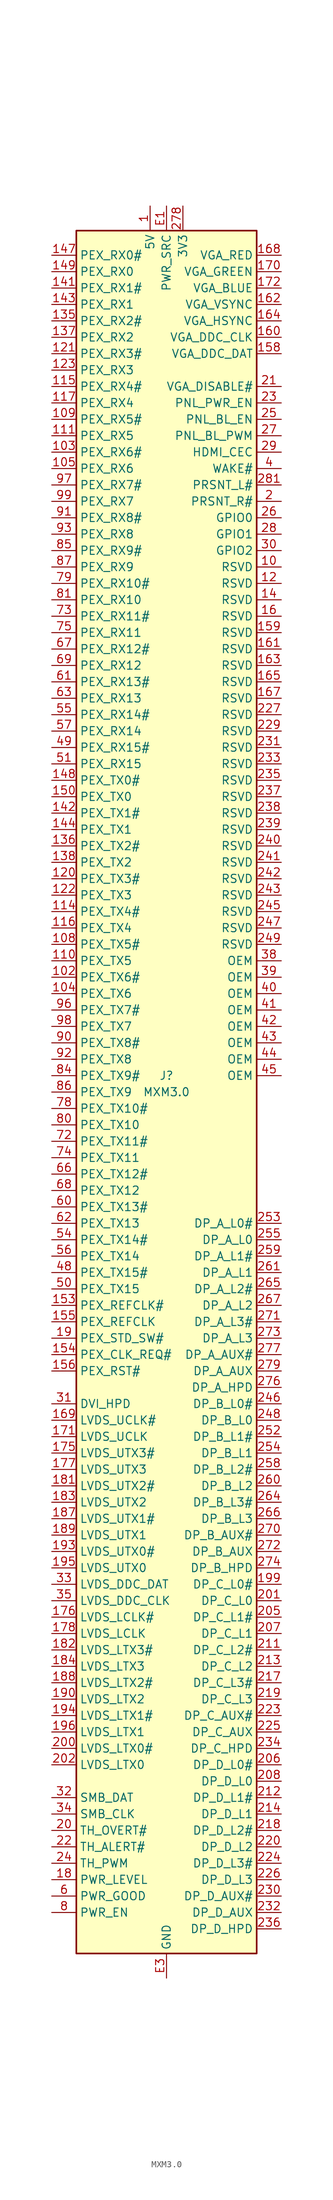
<source format=kicad_sym>
(kicad_symbol_lib
  (version 20201005)
  (generator kicad_symbol_editor)
  (symbol "Connector:MXM3.0"
    (property "Reference" "J"
      (at 0 2.54 0)
      (effects (font (size 1.27 1.27))))
    (property "Value" "MXM3.0"
      (at 0 0 0)
      (effects (font (size 1.27 1.27))))
    (symbol "MXM3.0_1_1"
      (rectangle (start -13.97 133.35) (end 13.97 -133.35) (stroke (width 0.254)) (fill (type background)))
      (pin power_in line (at -2.54 137.16 270) (length 3.81) (name "5V" (effects (font (size 1.27 1.27)))) (number "1" (effects (font (size 1.27 1.27)))))
      (pin bidirectional line (at 17.78 81.28 180) (length 3.81) (name "RSVD" (effects (font (size 1.27 1.27)))) (number "10" (effects (font (size 1.27 1.27)))))
      (pin passive line (at 0 -137.16 90) (length 3.81) hide (name "GND" (effects (font (size 1.27 1.27)))) (number "100" (effects (font (size 1.27 1.27)))))
      (pin passive line (at 0 -137.16 90) (length 3.81) hide (name "GND" (effects (font (size 1.27 1.27)))) (number "101" (effects (font (size 1.27 1.27)))))
      (pin input line (at -17.78 17.78 0) (length 3.81) (name "PEX_TX6#" (effects (font (size 1.27 1.27)))) (number "102" (effects (font (size 1.27 1.27)))))
      (pin output line (at -17.78 99.06 0) (length 3.81) (name "PEX_RX6#" (effects (font (size 1.27 1.27)))) (number "103" (effects (font (size 1.27 1.27)))))
      (pin input line (at -17.78 15.24 0) (length 3.81) (name "PEX_TX6" (effects (font (size 1.27 1.27)))) (number "104" (effects (font (size 1.27 1.27)))))
      (pin output line (at -17.78 96.52 0) (length 3.81) (name "PEX_RX6" (effects (font (size 1.27 1.27)))) (number "105" (effects (font (size 1.27 1.27)))))
      (pin passive line (at 0 -137.16 90) (length 3.81) hide (name "GND" (effects (font (size 1.27 1.27)))) (number "106" (effects (font (size 1.27 1.27)))))
      (pin passive line (at 0 -137.16 90) (length 3.81) hide (name "GND" (effects (font (size 1.27 1.27)))) (number "107" (effects (font (size 1.27 1.27)))))
      (pin input line (at -17.78 22.86 0) (length 3.81) (name "PEX_TX5#" (effects (font (size 1.27 1.27)))) (number "108" (effects (font (size 1.27 1.27)))))
      (pin output line (at -17.78 104.14 0) (length 3.81) (name "PEX_RX5#" (effects (font (size 1.27 1.27)))) (number "109" (effects (font (size 1.27 1.27)))))
      (pin passive line (at 0 -137.16 90) (length 3.81) hide (name "GND" (effects (font (size 1.27 1.27)))) (number "11" (effects (font (size 1.27 1.27)))))
      (pin input line (at -17.78 20.32 0) (length 3.81) (name "PEX_TX5" (effects (font (size 1.27 1.27)))) (number "110" (effects (font (size 1.27 1.27)))))
      (pin output line (at -17.78 101.6 0) (length 3.81) (name "PEX_RX5" (effects (font (size 1.27 1.27)))) (number "111" (effects (font (size 1.27 1.27)))))
      (pin passive line (at 0 -137.16 90) (length 3.81) hide (name "GND" (effects (font (size 1.27 1.27)))) (number "112" (effects (font (size 1.27 1.27)))))
      (pin passive line (at 0 -137.16 90) (length 3.81) hide (name "GND" (effects (font (size 1.27 1.27)))) (number "113" (effects (font (size 1.27 1.27)))))
      (pin input line (at -17.78 27.94 0) (length 3.81) (name "PEX_TX4#" (effects (font (size 1.27 1.27)))) (number "114" (effects (font (size 1.27 1.27)))))
      (pin output line (at -17.78 109.22 0) (length 3.81) (name "PEX_RX4#" (effects (font (size 1.27 1.27)))) (number "115" (effects (font (size 1.27 1.27)))))
      (pin input line (at -17.78 25.4 0) (length 3.81) (name "PEX_TX4" (effects (font (size 1.27 1.27)))) (number "116" (effects (font (size 1.27 1.27)))))
      (pin output line (at -17.78 106.68 0) (length 3.81) (name "PEX_RX4" (effects (font (size 1.27 1.27)))) (number "117" (effects (font (size 1.27 1.27)))))
      (pin passive line (at 0 -137.16 90) (length 3.81) hide (name "GND" (effects (font (size 1.27 1.27)))) (number "118" (effects (font (size 1.27 1.27)))))
      (pin passive line (at 0 -137.16 90) (length 3.81) hide (name "GND" (effects (font (size 1.27 1.27)))) (number "119" (effects (font (size 1.27 1.27)))))
      (pin bidirectional line (at 17.78 78.74 180) (length 3.81) (name "RSVD" (effects (font (size 1.27 1.27)))) (number "12" (effects (font (size 1.27 1.27)))))
      (pin input line (at -17.78 33.02 0) (length 3.81) (name "PEX_TX3#" (effects (font (size 1.27 1.27)))) (number "120" (effects (font (size 1.27 1.27)))))
      (pin output line (at -17.78 114.3 0) (length 3.81) (name "PEX_RX3#" (effects (font (size 1.27 1.27)))) (number "121" (effects (font (size 1.27 1.27)))))
      (pin input line (at -17.78 30.48 0) (length 3.81) (name "PEX_TX3" (effects (font (size 1.27 1.27)))) (number "122" (effects (font (size 1.27 1.27)))))
      (pin output line (at -17.78 111.76 0) (length 3.81) (name "PEX_RX3" (effects (font (size 1.27 1.27)))) (number "123" (effects (font (size 1.27 1.27)))))
      (pin passive line (at 0 -137.16 90) (length 3.81) hide (name "GND" (effects (font (size 1.27 1.27)))) (number "124" (effects (font (size 1.27 1.27)))))
      (pin passive line (at 0 -137.16 90) (length 3.81) hide (name "GND" (effects (font (size 1.27 1.27)))) (number "125" (effects (font (size 1.27 1.27)))))
      (pin passive line (at 0 -137.16 90) (length 3.81) hide (name "GND" (effects (font (size 1.27 1.27)))) (number "13" (effects (font (size 1.27 1.27)))))
      (pin passive line (at 0 -137.16 90) (length 3.81) hide (name "GND" (effects (font (size 1.27 1.27)))) (number "133" (effects (font (size 1.27 1.27)))))
      (pin passive line (at 0 -137.16 90) (length 3.81) hide (name "GND" (effects (font (size 1.27 1.27)))) (number "134" (effects (font (size 1.27 1.27)))))
      (pin output line (at -17.78 119.38 0) (length 3.81) (name "PEX_RX2#" (effects (font (size 1.27 1.27)))) (number "135" (effects (font (size 1.27 1.27)))))
      (pin input line (at -17.78 38.1 0) (length 3.81) (name "PEX_TX2#" (effects (font (size 1.27 1.27)))) (number "136" (effects (font (size 1.27 1.27)))))
      (pin output line (at -17.78 116.84 0) (length 3.81) (name "PEX_RX2" (effects (font (size 1.27 1.27)))) (number "137" (effects (font (size 1.27 1.27)))))
      (pin input line (at -17.78 35.56 0) (length 3.81) (name "PEX_TX2" (effects (font (size 1.27 1.27)))) (number "138" (effects (font (size 1.27 1.27)))))
      (pin passive line (at 0 -137.16 90) (length 3.81) hide (name "GND" (effects (font (size 1.27 1.27)))) (number "139" (effects (font (size 1.27 1.27)))))
      (pin bidirectional line (at 17.78 76.2 180) (length 3.81) (name "RSVD" (effects (font (size 1.27 1.27)))) (number "14" (effects (font (size 1.27 1.27)))))
      (pin passive line (at 0 -137.16 90) (length 3.81) hide (name "GND" (effects (font (size 1.27 1.27)))) (number "140" (effects (font (size 1.27 1.27)))))
      (pin output line (at -17.78 124.46 0) (length 3.81) (name "PEX_RX1#" (effects (font (size 1.27 1.27)))) (number "141" (effects (font (size 1.27 1.27)))))
      (pin input line (at -17.78 43.18 0) (length 3.81) (name "PEX_TX1#" (effects (font (size 1.27 1.27)))) (number "142" (effects (font (size 1.27 1.27)))))
      (pin output line (at -17.78 121.92 0) (length 3.81) (name "PEX_RX1" (effects (font (size 1.27 1.27)))) (number "143" (effects (font (size 1.27 1.27)))))
      (pin input line (at -17.78 40.64 0) (length 3.81) (name "PEX_TX1" (effects (font (size 1.27 1.27)))) (number "144" (effects (font (size 1.27 1.27)))))
      (pin passive line (at 0 -137.16 90) (length 3.81) hide (name "GND" (effects (font (size 1.27 1.27)))) (number "145" (effects (font (size 1.27 1.27)))))
      (pin passive line (at 0 -137.16 90) (length 3.81) hide (name "GND" (effects (font (size 1.27 1.27)))) (number "146" (effects (font (size 1.27 1.27)))))
      (pin output line (at -17.78 129.54 0) (length 3.81) (name "PEX_RX0#" (effects (font (size 1.27 1.27)))) (number "147" (effects (font (size 1.27 1.27)))))
      (pin input line (at -17.78 48.26 0) (length 3.81) (name "PEX_TX0#" (effects (font (size 1.27 1.27)))) (number "148" (effects (font (size 1.27 1.27)))))
      (pin output line (at -17.78 127 0) (length 3.81) (name "PEX_RX0" (effects (font (size 1.27 1.27)))) (number "149" (effects (font (size 1.27 1.27)))))
      (pin passive line (at 0 -137.16 90) (length 3.81) hide (name "GND" (effects (font (size 1.27 1.27)))) (number "15" (effects (font (size 1.27 1.27)))))
      (pin input line (at -17.78 45.72 0) (length 3.81) (name "PEX_TX0" (effects (font (size 1.27 1.27)))) (number "150" (effects (font (size 1.27 1.27)))))
      (pin passive line (at 0 -137.16 90) (length 3.81) hide (name "GND" (effects (font (size 1.27 1.27)))) (number "151" (effects (font (size 1.27 1.27)))))
      (pin passive line (at 0 -137.16 90) (length 3.81) hide (name "GND" (effects (font (size 1.27 1.27)))) (number "152" (effects (font (size 1.27 1.27)))))
      (pin input line (at -17.78 -33.02 0) (length 3.81) (name "PEX_REFCLK#" (effects (font (size 1.27 1.27)))) (number "153" (effects (font (size 1.27 1.27)))))
      (pin output line (at -17.78 -40.64 0) (length 3.81) (name "PEX_CLK_REQ#" (effects (font (size 1.27 1.27)))) (number "154" (effects (font (size 1.27 1.27)))))
      (pin input line (at -17.78 -35.56 0) (length 3.81) (name "PEX_REFCLK" (effects (font (size 1.27 1.27)))) (number "155" (effects (font (size 1.27 1.27)))))
      (pin input line (at -17.78 -43.18 0) (length 3.81) (name "PEX_RST#" (effects (font (size 1.27 1.27)))) (number "156" (effects (font (size 1.27 1.27)))))
      (pin passive line (at 0 -137.16 90) (length 3.81) hide (name "GND" (effects (font (size 1.27 1.27)))) (number "157" (effects (font (size 1.27 1.27)))))
      (pin bidirectional line (at 17.78 114.3 180) (length 3.81) (name "VGA_DDC_DAT" (effects (font (size 1.27 1.27)))) (number "158" (effects (font (size 1.27 1.27)))))
      (pin bidirectional line (at 17.78 71.12 180) (length 3.81) (name "RSVD" (effects (font (size 1.27 1.27)))) (number "159" (effects (font (size 1.27 1.27)))))
      (pin bidirectional line (at 17.78 73.66 180) (length 3.81) (name "RSVD" (effects (font (size 1.27 1.27)))) (number "16" (effects (font (size 1.27 1.27)))))
      (pin output line (at 17.78 116.84 180) (length 3.81) (name "VGA_DDC_CLK" (effects (font (size 1.27 1.27)))) (number "160" (effects (font (size 1.27 1.27)))))
      (pin bidirectional line (at 17.78 68.58 180) (length 3.81) (name "RSVD" (effects (font (size 1.27 1.27)))) (number "161" (effects (font (size 1.27 1.27)))))
      (pin output line (at 17.78 121.92 180) (length 3.81) (name "VGA_VSYNC" (effects (font (size 1.27 1.27)))) (number "162" (effects (font (size 1.27 1.27)))))
      (pin bidirectional line (at 17.78 66.04 180) (length 3.81) (name "RSVD" (effects (font (size 1.27 1.27)))) (number "163" (effects (font (size 1.27 1.27)))))
      (pin output line (at 17.78 119.38 180) (length 3.81) (name "VGA_HSYNC" (effects (font (size 1.27 1.27)))) (number "164" (effects (font (size 1.27 1.27)))))
      (pin bidirectional line (at 17.78 63.5 180) (length 3.81) (name "RSVD" (effects (font (size 1.27 1.27)))) (number "165" (effects (font (size 1.27 1.27)))))
      (pin passive line (at 0 -137.16 90) (length 3.81) hide (name "GND" (effects (font (size 1.27 1.27)))) (number "166" (effects (font (size 1.27 1.27)))))
      (pin bidirectional line (at 17.78 60.96 180) (length 3.81) (name "RSVD" (effects (font (size 1.27 1.27)))) (number "167" (effects (font (size 1.27 1.27)))))
      (pin output line (at 17.78 129.54 180) (length 3.81) (name "VGA_RED" (effects (font (size 1.27 1.27)))) (number "168" (effects (font (size 1.27 1.27)))))
      (pin output line (at -17.78 -50.8 0) (length 3.81) (name "LVDS_UCLK#" (effects (font (size 1.27 1.27)))) (number "169" (effects (font (size 1.27 1.27)))))
      (pin passive line (at 0 -137.16 90) (length 3.81) hide (name "GND" (effects (font (size 1.27 1.27)))) (number "17" (effects (font (size 1.27 1.27)))))
      (pin output line (at 17.78 127 180) (length 3.81) (name "VGA_GREEN" (effects (font (size 1.27 1.27)))) (number "170" (effects (font (size 1.27 1.27)))))
      (pin output line (at -17.78 -53.34 0) (length 3.81) (name "LVDS_UCLK" (effects (font (size 1.27 1.27)))) (number "171" (effects (font (size 1.27 1.27)))))
      (pin output line (at 17.78 124.46 180) (length 3.81) (name "VGA_BLUE" (effects (font (size 1.27 1.27)))) (number "172" (effects (font (size 1.27 1.27)))))
      (pin passive line (at 0 -137.16 90) (length 3.81) hide (name "GND" (effects (font (size 1.27 1.27)))) (number "173" (effects (font (size 1.27 1.27)))))
      (pin passive line (at 0 -137.16 90) (length 3.81) hide (name "GND" (effects (font (size 1.27 1.27)))) (number "174" (effects (font (size 1.27 1.27)))))
      (pin output line (at -17.78 -55.88 0) (length 3.81) (name "LVDS_UTX3#" (effects (font (size 1.27 1.27)))) (number "175" (effects (font (size 1.27 1.27)))))
      (pin output line (at -17.78 -81.28 0) (length 3.81) (name "LVDS_LCLK#" (effects (font (size 1.27 1.27)))) (number "176" (effects (font (size 1.27 1.27)))))
      (pin output line (at -17.78 -58.42 0) (length 3.81) (name "LVDS_UTX3" (effects (font (size 1.27 1.27)))) (number "177" (effects (font (size 1.27 1.27)))))
      (pin output line (at -17.78 -83.82 0) (length 3.81) (name "LVDS_LCLK" (effects (font (size 1.27 1.27)))) (number "178" (effects (font (size 1.27 1.27)))))
      (pin passive line (at 0 -137.16 90) (length 3.81) hide (name "GND" (effects (font (size 1.27 1.27)))) (number "179" (effects (font (size 1.27 1.27)))))
      (pin input line (at -17.78 -121.92 0) (length 3.81) (name "PWR_LEVEL" (effects (font (size 1.27 1.27)))) (number "18" (effects (font (size 1.27 1.27)))))
      (pin passive line (at 0 -137.16 90) (length 3.81) hide (name "GND" (effects (font (size 1.27 1.27)))) (number "180" (effects (font (size 1.27 1.27)))))
      (pin output line (at -17.78 -60.96 0) (length 3.81) (name "LVDS_UTX2#" (effects (font (size 1.27 1.27)))) (number "181" (effects (font (size 1.27 1.27)))))
      (pin output line (at -17.78 -86.36 0) (length 3.81) (name "LVDS_LTX3#" (effects (font (size 1.27 1.27)))) (number "182" (effects (font (size 1.27 1.27)))))
      (pin output line (at -17.78 -63.5 0) (length 3.81) (name "LVDS_UTX2" (effects (font (size 1.27 1.27)))) (number "183" (effects (font (size 1.27 1.27)))))
      (pin output line (at -17.78 -88.9 0) (length 3.81) (name "LVDS_LTX3" (effects (font (size 1.27 1.27)))) (number "184" (effects (font (size 1.27 1.27)))))
      (pin passive line (at 0 -137.16 90) (length 3.81) hide (name "GND" (effects (font (size 1.27 1.27)))) (number "185" (effects (font (size 1.27 1.27)))))
      (pin passive line (at 0 -137.16 90) (length 3.81) hide (name "GND" (effects (font (size 1.27 1.27)))) (number "186" (effects (font (size 1.27 1.27)))))
      (pin output line (at -17.78 -66.04 0) (length 3.81) (name "LVDS_UTX1#" (effects (font (size 1.27 1.27)))) (number "187" (effects (font (size 1.27 1.27)))))
      (pin output line (at -17.78 -91.44 0) (length 3.81) (name "LVDS_LTX2#" (effects (font (size 1.27 1.27)))) (number "188" (effects (font (size 1.27 1.27)))))
      (pin output line (at -17.78 -68.58 0) (length 3.81) (name "LVDS_UTX1" (effects (font (size 1.27 1.27)))) (number "189" (effects (font (size 1.27 1.27)))))
      (pin input line (at -17.78 -38.1 0) (length 3.81) (name "PEX_STD_SW#" (effects (font (size 1.27 1.27)))) (number "19" (effects (font (size 1.27 1.27)))))
      (pin output line (at -17.78 -93.98 0) (length 3.81) (name "LVDS_LTX2" (effects (font (size 1.27 1.27)))) (number "190" (effects (font (size 1.27 1.27)))))
      (pin passive line (at 0 -137.16 90) (length 3.81) hide (name "GND" (effects (font (size 1.27 1.27)))) (number "191" (effects (font (size 1.27 1.27)))))
      (pin passive line (at 0 -137.16 90) (length 3.81) hide (name "GND" (effects (font (size 1.27 1.27)))) (number "192" (effects (font (size 1.27 1.27)))))
      (pin output line (at -17.78 -71.12 0) (length 3.81) (name "LVDS_UTX0#" (effects (font (size 1.27 1.27)))) (number "193" (effects (font (size 1.27 1.27)))))
      (pin output line (at -17.78 -96.52 0) (length 3.81) (name "LVDS_LTX1#" (effects (font (size 1.27 1.27)))) (number "194" (effects (font (size 1.27 1.27)))))
      (pin output line (at -17.78 -73.66 0) (length 3.81) (name "LVDS_UTX0" (effects (font (size 1.27 1.27)))) (number "195" (effects (font (size 1.27 1.27)))))
      (pin output line (at -17.78 -99.06 0) (length 3.81) (name "LVDS_LTX1" (effects (font (size 1.27 1.27)))) (number "196" (effects (font (size 1.27 1.27)))))
      (pin passive line (at 0 -137.16 90) (length 3.81) hide (name "GND" (effects (font (size 1.27 1.27)))) (number "197" (effects (font (size 1.27 1.27)))))
      (pin passive line (at 0 -137.16 90) (length 3.81) hide (name "GND" (effects (font (size 1.27 1.27)))) (number "198" (effects (font (size 1.27 1.27)))))
      (pin output line (at 17.78 -76.2 180) (length 3.81) (name "DP_C_L0#" (effects (font (size 1.27 1.27)))) (number "199" (effects (font (size 1.27 1.27)))))
      (pin output line (at 17.78 91.44 180) (length 3.81) (name "PRSNT_R#" (effects (font (size 1.27 1.27)))) (number "2" (effects (font (size 1.27 1.27)))))
      (pin output line (at -17.78 -114.3 0) (length 3.81) (name "TH_OVERT#" (effects (font (size 1.27 1.27)))) (number "20" (effects (font (size 1.27 1.27)))))
      (pin output line (at -17.78 -101.6 0) (length 3.81) (name "LVDS_LTX0#" (effects (font (size 1.27 1.27)))) (number "200" (effects (font (size 1.27 1.27)))))
      (pin output line (at 17.78 -78.74 180) (length 3.81) (name "DP_C_L0" (effects (font (size 1.27 1.27)))) (number "201" (effects (font (size 1.27 1.27)))))
      (pin output line (at -17.78 -104.14 0) (length 3.81) (name "LVDS_LTX0" (effects (font (size 1.27 1.27)))) (number "202" (effects (font (size 1.27 1.27)))))
      (pin passive line (at 0 -137.16 90) (length 3.81) hide (name "GND" (effects (font (size 1.27 1.27)))) (number "203" (effects (font (size 1.27 1.27)))))
      (pin passive line (at 0 -137.16 90) (length 3.81) hide (name "GND" (effects (font (size 1.27 1.27)))) (number "204" (effects (font (size 1.27 1.27)))))
      (pin output line (at 17.78 -81.28 180) (length 3.81) (name "DP_C_L1#" (effects (font (size 1.27 1.27)))) (number "205" (effects (font (size 1.27 1.27)))))
      (pin output line (at 17.78 -104.14 180) (length 3.81) (name "DP_D_L0#" (effects (font (size 1.27 1.27)))) (number "206" (effects (font (size 1.27 1.27)))))
      (pin output line (at 17.78 -83.82 180) (length 3.81) (name "DP_C_L1" (effects (font (size 1.27 1.27)))) (number "207" (effects (font (size 1.27 1.27)))))
      (pin output line (at 17.78 -106.68 180) (length 3.81) (name "DP_D_L0" (effects (font (size 1.27 1.27)))) (number "208" (effects (font (size 1.27 1.27)))))
      (pin passive line (at 0 -137.16 90) (length 3.81) hide (name "GND" (effects (font (size 1.27 1.27)))) (number "209" (effects (font (size 1.27 1.27)))))
      (pin input line (at 17.78 109.22 180) (length 3.81) (name "VGA_DISABLE#" (effects (font (size 1.27 1.27)))) (number "21" (effects (font (size 1.27 1.27)))))
      (pin passive line (at 0 -137.16 90) (length 3.81) hide (name "GND" (effects (font (size 1.27 1.27)))) (number "210" (effects (font (size 1.27 1.27)))))
      (pin output line (at 17.78 -86.36 180) (length 3.81) (name "DP_C_L2#" (effects (font (size 1.27 1.27)))) (number "211" (effects (font (size 1.27 1.27)))))
      (pin output line (at 17.78 -109.22 180) (length 3.81) (name "DP_D_L1#" (effects (font (size 1.27 1.27)))) (number "212" (effects (font (size 1.27 1.27)))))
      (pin output line (at 17.78 -88.9 180) (length 3.81) (name "DP_C_L2" (effects (font (size 1.27 1.27)))) (number "213" (effects (font (size 1.27 1.27)))))
      (pin output line (at 17.78 -111.76 180) (length 3.81) (name "DP_D_L1" (effects (font (size 1.27 1.27)))) (number "214" (effects (font (size 1.27 1.27)))))
      (pin passive line (at 0 -137.16 90) (length 3.81) hide (name "GND" (effects (font (size 1.27 1.27)))) (number "215" (effects (font (size 1.27 1.27)))))
      (pin passive line (at 0 -137.16 90) (length 3.81) hide (name "GND" (effects (font (size 1.27 1.27)))) (number "216" (effects (font (size 1.27 1.27)))))
      (pin output line (at 17.78 -91.44 180) (length 3.81) (name "DP_C_L3#" (effects (font (size 1.27 1.27)))) (number "217" (effects (font (size 1.27 1.27)))))
      (pin output line (at 17.78 -114.3 180) (length 3.81) (name "DP_D_L2#" (effects (font (size 1.27 1.27)))) (number "218" (effects (font (size 1.27 1.27)))))
      (pin output line (at 17.78 -93.98 180) (length 3.81) (name "DP_C_L3" (effects (font (size 1.27 1.27)))) (number "219" (effects (font (size 1.27 1.27)))))
      (pin bidirectional line (at -17.78 -116.84 0) (length 3.81) (name "TH_ALERT#" (effects (font (size 1.27 1.27)))) (number "22" (effects (font (size 1.27 1.27)))))
      (pin output line (at 17.78 -116.84 180) (length 3.81) (name "DP_D_L2" (effects (font (size 1.27 1.27)))) (number "220" (effects (font (size 1.27 1.27)))))
      (pin passive line (at 0 -137.16 90) (length 3.81) hide (name "GND" (effects (font (size 1.27 1.27)))) (number "221" (effects (font (size 1.27 1.27)))))
      (pin passive line (at 0 -137.16 90) (length 3.81) hide (name "GND" (effects (font (size 1.27 1.27)))) (number "222" (effects (font (size 1.27 1.27)))))
      (pin bidirectional line (at 17.78 -96.52 180) (length 3.81) (name "DP_C_AUX#" (effects (font (size 1.27 1.27)))) (number "223" (effects (font (size 1.27 1.27)))))
      (pin output line (at 17.78 -119.38 180) (length 3.81) (name "DP_D_L3#" (effects (font (size 1.27 1.27)))) (number "224" (effects (font (size 1.27 1.27)))))
      (pin bidirectional line (at 17.78 -99.06 180) (length 3.81) (name "DP_C_AUX" (effects (font (size 1.27 1.27)))) (number "225" (effects (font (size 1.27 1.27)))))
      (pin output line (at 17.78 -121.92 180) (length 3.81) (name "DP_D_L3" (effects (font (size 1.27 1.27)))) (number "226" (effects (font (size 1.27 1.27)))))
      (pin bidirectional line (at 17.78 58.42 180) (length 3.81) (name "RSVD" (effects (font (size 1.27 1.27)))) (number "227" (effects (font (size 1.27 1.27)))))
      (pin passive line (at 0 -137.16 90) (length 3.81) hide (name "GND" (effects (font (size 1.27 1.27)))) (number "228" (effects (font (size 1.27 1.27)))))
      (pin bidirectional line (at 17.78 55.88 180) (length 3.81) (name "RSVD" (effects (font (size 1.27 1.27)))) (number "229" (effects (font (size 1.27 1.27)))))
      (pin output line (at 17.78 106.68 180) (length 3.81) (name "PNL_PWR_EN" (effects (font (size 1.27 1.27)))) (number "23" (effects (font (size 1.27 1.27)))))
      (pin bidirectional line (at 17.78 -124.46 180) (length 3.81) (name "DP_D_AUX#" (effects (font (size 1.27 1.27)))) (number "230" (effects (font (size 1.27 1.27)))))
      (pin bidirectional line (at 17.78 53.34 180) (length 3.81) (name "RSVD" (effects (font (size 1.27 1.27)))) (number "231" (effects (font (size 1.27 1.27)))))
      (pin bidirectional line (at 17.78 -127 180) (length 3.81) (name "DP_D_AUX" (effects (font (size 1.27 1.27)))) (number "232" (effects (font (size 1.27 1.27)))))
      (pin bidirectional line (at 17.78 50.8 180) (length 3.81) (name "RSVD" (effects (font (size 1.27 1.27)))) (number "233" (effects (font (size 1.27 1.27)))))
      (pin input line (at 17.78 -101.6 180) (length 3.81) (name "DP_C_HPD" (effects (font (size 1.27 1.27)))) (number "234" (effects (font (size 1.27 1.27)))))
      (pin bidirectional line (at 17.78 48.26 180) (length 3.81) (name "RSVD" (effects (font (size 1.27 1.27)))) (number "235" (effects (font (size 1.27 1.27)))))
      (pin input line (at 17.78 -129.54 180) (length 3.81) (name "DP_D_HPD" (effects (font (size 1.27 1.27)))) (number "236" (effects (font (size 1.27 1.27)))))
      (pin bidirectional line (at 17.78 45.72 180) (length 3.81) (name "RSVD" (effects (font (size 1.27 1.27)))) (number "237" (effects (font (size 1.27 1.27)))))
      (pin bidirectional line (at 17.78 43.18 180) (length 3.81) (name "RSVD" (effects (font (size 1.27 1.27)))) (number "238" (effects (font (size 1.27 1.27)))))
      (pin bidirectional line (at 17.78 40.64 180) (length 3.81) (name "RSVD" (effects (font (size 1.27 1.27)))) (number "239" (effects (font (size 1.27 1.27)))))
      (pin output line (at -17.78 -119.38 0) (length 3.81) (name "TH_PWM" (effects (font (size 1.27 1.27)))) (number "24" (effects (font (size 1.27 1.27)))))
      (pin bidirectional line (at 17.78 38.1 180) (length 3.81) (name "RSVD" (effects (font (size 1.27 1.27)))) (number "240" (effects (font (size 1.27 1.27)))))
      (pin bidirectional line (at 17.78 35.56 180) (length 3.81) (name "RSVD" (effects (font (size 1.27 1.27)))) (number "241" (effects (font (size 1.27 1.27)))))
      (pin bidirectional line (at 17.78 33.02 180) (length 3.81) (name "RSVD" (effects (font (size 1.27 1.27)))) (number "242" (effects (font (size 1.27 1.27)))))
      (pin bidirectional line (at 17.78 30.48 180) (length 3.81) (name "RSVD" (effects (font (size 1.27 1.27)))) (number "243" (effects (font (size 1.27 1.27)))))
      (pin passive line (at 0 -137.16 90) (length 3.81) hide (name "GND" (effects (font (size 1.27 1.27)))) (number "244" (effects (font (size 1.27 1.27)))))
      (pin bidirectional line (at 17.78 27.94 180) (length 3.81) (name "RSVD" (effects (font (size 1.27 1.27)))) (number "245" (effects (font (size 1.27 1.27)))))
      (pin output line (at 17.78 -48.26 180) (length 3.81) (name "DP_B_L0#" (effects (font (size 1.27 1.27)))) (number "246" (effects (font (size 1.27 1.27)))))
      (pin bidirectional line (at 17.78 25.4 180) (length 3.81) (name "RSVD" (effects (font (size 1.27 1.27)))) (number "247" (effects (font (size 1.27 1.27)))))
      (pin output line (at 17.78 -50.8 180) (length 3.81) (name "DP_B_L0" (effects (font (size 1.27 1.27)))) (number "248" (effects (font (size 1.27 1.27)))))
      (pin bidirectional line (at 17.78 22.86 180) (length 3.81) (name "RSVD" (effects (font (size 1.27 1.27)))) (number "249" (effects (font (size 1.27 1.27)))))
      (pin output line (at 17.78 104.14 180) (length 3.81) (name "PNL_BL_EN" (effects (font (size 1.27 1.27)))) (number "25" (effects (font (size 1.27 1.27)))))
      (pin passive line (at 0 -137.16 90) (length 3.81) hide (name "GND" (effects (font (size 1.27 1.27)))) (number "250" (effects (font (size 1.27 1.27)))))
      (pin passive line (at 0 -137.16 90) (length 3.81) hide (name "GND" (effects (font (size 1.27 1.27)))) (number "251" (effects (font (size 1.27 1.27)))))
      (pin output line (at 17.78 -53.34 180) (length 3.81) (name "DP_B_L1#" (effects (font (size 1.27 1.27)))) (number "252" (effects (font (size 1.27 1.27)))))
      (pin output line (at 17.78 -20.32 180) (length 3.81) (name "DP_A_L0#" (effects (font (size 1.27 1.27)))) (number "253" (effects (font (size 1.27 1.27)))))
      (pin output line (at 17.78 -55.88 180) (length 3.81) (name "DP_B_L1" (effects (font (size 1.27 1.27)))) (number "254" (effects (font (size 1.27 1.27)))))
      (pin output line (at 17.78 -22.86 180) (length 3.81) (name "DP_A_L0" (effects (font (size 1.27 1.27)))) (number "255" (effects (font (size 1.27 1.27)))))
      (pin passive line (at 0 -137.16 90) (length 3.81) hide (name "GND" (effects (font (size 1.27 1.27)))) (number "256" (effects (font (size 1.27 1.27)))))
      (pin passive line (at 0 -137.16 90) (length 3.81) hide (name "GND" (effects (font (size 1.27 1.27)))) (number "257" (effects (font (size 1.27 1.27)))))
      (pin output line (at 17.78 -58.42 180) (length 3.81) (name "DP_B_L2#" (effects (font (size 1.27 1.27)))) (number "258" (effects (font (size 1.27 1.27)))))
      (pin output line (at 17.78 -25.4 180) (length 3.81) (name "DP_A_L1#" (effects (font (size 1.27 1.27)))) (number "259" (effects (font (size 1.27 1.27)))))
      (pin bidirectional line (at 17.78 88.9 180) (length 3.81) (name "GPIO0" (effects (font (size 1.27 1.27)))) (number "26" (effects (font (size 1.27 1.27)))))
      (pin output line (at 17.78 -60.96 180) (length 3.81) (name "DP_B_L2" (effects (font (size 1.27 1.27)))) (number "260" (effects (font (size 1.27 1.27)))))
      (pin output line (at 17.78 -27.94 180) (length 3.81) (name "DP_A_L1" (effects (font (size 1.27 1.27)))) (number "261" (effects (font (size 1.27 1.27)))))
      (pin passive line (at 0 -137.16 90) (length 3.81) hide (name "GND" (effects (font (size 1.27 1.27)))) (number "262" (effects (font (size 1.27 1.27)))))
      (pin passive line (at 0 -137.16 90) (length 3.81) hide (name "GND" (effects (font (size 1.27 1.27)))) (number "263" (effects (font (size 1.27 1.27)))))
      (pin output line (at 17.78 -63.5 180) (length 3.81) (name "DP_B_L3#" (effects (font (size 1.27 1.27)))) (number "264" (effects (font (size 1.27 1.27)))))
      (pin output line (at 17.78 -30.48 180) (length 3.81) (name "DP_A_L2#" (effects (font (size 1.27 1.27)))) (number "265" (effects (font (size 1.27 1.27)))))
      (pin output line (at 17.78 -66.04 180) (length 3.81) (name "DP_B_L3" (effects (font (size 1.27 1.27)))) (number "266" (effects (font (size 1.27 1.27)))))
      (pin output line (at 17.78 -33.02 180) (length 3.81) (name "DP_A_L2" (effects (font (size 1.27 1.27)))) (number "267" (effects (font (size 1.27 1.27)))))
      (pin passive line (at 0 -137.16 90) (length 3.81) hide (name "GND" (effects (font (size 1.27 1.27)))) (number "268" (effects (font (size 1.27 1.27)))))
      (pin passive line (at 0 -137.16 90) (length 3.81) hide (name "GND" (effects (font (size 1.27 1.27)))) (number "269" (effects (font (size 1.27 1.27)))))
      (pin output line (at 17.78 101.6 180) (length 3.81) (name "PNL_BL_PWM" (effects (font (size 1.27 1.27)))) (number "27" (effects (font (size 1.27 1.27)))))
      (pin bidirectional line (at 17.78 -68.58 180) (length 3.81) (name "DP_B_AUX#" (effects (font (size 1.27 1.27)))) (number "270" (effects (font (size 1.27 1.27)))))
      (pin output line (at 17.78 -35.56 180) (length 3.81) (name "DP_A_L3#" (effects (font (size 1.27 1.27)))) (number "271" (effects (font (size 1.27 1.27)))))
      (pin bidirectional line (at 17.78 -71.12 180) (length 3.81) (name "DP_B_AUX" (effects (font (size 1.27 1.27)))) (number "272" (effects (font (size 1.27 1.27)))))
      (pin output line (at 17.78 -38.1 180) (length 3.81) (name "DP_A_L3" (effects (font (size 1.27 1.27)))) (number "273" (effects (font (size 1.27 1.27)))))
      (pin input line (at 17.78 -73.66 180) (length 3.81) (name "DP_B_HPD" (effects (font (size 1.27 1.27)))) (number "274" (effects (font (size 1.27 1.27)))))
      (pin passive line (at 0 -137.16 90) (length 3.81) hide (name "GND" (effects (font (size 1.27 1.27)))) (number "275" (effects (font (size 1.27 1.27)))))
      (pin input line (at 17.78 -45.72 180) (length 3.81) (name "DP_A_HPD" (effects (font (size 1.27 1.27)))) (number "276" (effects (font (size 1.27 1.27)))))
      (pin bidirectional line (at 17.78 -40.64 180) (length 3.81) (name "DP_A_AUX#" (effects (font (size 1.27 1.27)))) (number "277" (effects (font (size 1.27 1.27)))))
      (pin power_in line (at 2.54 137.16 270) (length 3.81) (name "3V3" (effects (font (size 1.27 1.27)))) (number "278" (effects (font (size 1.27 1.27)))))
      (pin bidirectional line (at 17.78 -43.18 180) (length 3.81) (name "DP_A_AUX" (effects (font (size 1.27 1.27)))) (number "279" (effects (font (size 1.27 1.27)))))
      (pin bidirectional line (at 17.78 86.36 180) (length 3.81) (name "GPIO1" (effects (font (size 1.27 1.27)))) (number "28" (effects (font (size 1.27 1.27)))))
      (pin passive line (at 2.54 137.16 270) (length 3.81) hide (name "3V3" (effects (font (size 1.27 1.27)))) (number "280" (effects (font (size 1.27 1.27)))))
      (pin output line (at 17.78 93.98 180) (length 3.81) (name "PRSNT_L#" (effects (font (size 1.27 1.27)))) (number "281" (effects (font (size 1.27 1.27)))))
      (pin bidirectional line (at 17.78 99.06 180) (length 3.81) (name "HDMI_CEC" (effects (font (size 1.27 1.27)))) (number "29" (effects (font (size 1.27 1.27)))))
      (pin passive line (at -2.54 137.16 270) (length 3.81) hide (name "5V" (effects (font (size 1.27 1.27)))) (number "3" (effects (font (size 1.27 1.27)))))
      (pin bidirectional line (at 17.78 83.82 180) (length 3.81) (name "GPIO2" (effects (font (size 1.27 1.27)))) (number "30" (effects (font (size 1.27 1.27)))))
      (pin input line (at -17.78 -48.26 0) (length 3.81) (name "DVI_HPD" (effects (font (size 1.27 1.27)))) (number "31" (effects (font (size 1.27 1.27)))))
      (pin bidirectional line (at -17.78 -109.22 0) (length 3.81) (name "SMB_DAT" (effects (font (size 1.27 1.27)))) (number "32" (effects (font (size 1.27 1.27)))))
      (pin bidirectional line (at -17.78 -76.2 0) (length 3.81) (name "LVDS_DDC_DAT" (effects (font (size 1.27 1.27)))) (number "33" (effects (font (size 1.27 1.27)))))
      (pin input line (at -17.78 -111.76 0) (length 3.81) (name "SMB_CLK" (effects (font (size 1.27 1.27)))) (number "34" (effects (font (size 1.27 1.27)))))
      (pin output line (at -17.78 -78.74 0) (length 3.81) (name "LVDS_DDC_CLK" (effects (font (size 1.27 1.27)))) (number "35" (effects (font (size 1.27 1.27)))))
      (pin passive line (at 0 -137.16 90) (length 3.81) hide (name "GND" (effects (font (size 1.27 1.27)))) (number "36" (effects (font (size 1.27 1.27)))))
      (pin passive line (at 0 -137.16 90) (length 3.81) hide (name "GND" (effects (font (size 1.27 1.27)))) (number "37" (effects (font (size 1.27 1.27)))))
      (pin bidirectional line (at 17.78 20.32 180) (length 3.81) (name "OEM" (effects (font (size 1.27 1.27)))) (number "38" (effects (font (size 1.27 1.27)))))
      (pin bidirectional line (at 17.78 17.78 180) (length 3.81) (name "OEM" (effects (font (size 1.27 1.27)))) (number "39" (effects (font (size 1.27 1.27)))))
      (pin output line (at 17.78 96.52 180) (length 3.81) (name "WAKE#" (effects (font (size 1.27 1.27)))) (number "4" (effects (font (size 1.27 1.27)))))
      (pin bidirectional line (at 17.78 15.24 180) (length 3.81) (name "OEM" (effects (font (size 1.27 1.27)))) (number "40" (effects (font (size 1.27 1.27)))))
      (pin bidirectional line (at 17.78 12.7 180) (length 3.81) (name "OEM" (effects (font (size 1.27 1.27)))) (number "41" (effects (font (size 1.27 1.27)))))
      (pin bidirectional line (at 17.78 10.16 180) (length 3.81) (name "OEM" (effects (font (size 1.27 1.27)))) (number "42" (effects (font (size 1.27 1.27)))))
      (pin bidirectional line (at 17.78 7.62 180) (length 3.81) (name "OEM" (effects (font (size 1.27 1.27)))) (number "43" (effects (font (size 1.27 1.27)))))
      (pin bidirectional line (at 17.78 5.08 180) (length 3.81) (name "OEM" (effects (font (size 1.27 1.27)))) (number "44" (effects (font (size 1.27 1.27)))))
      (pin bidirectional line (at 17.78 2.54 180) (length 3.81) (name "OEM" (effects (font (size 1.27 1.27)))) (number "45" (effects (font (size 1.27 1.27)))))
      (pin passive line (at 0 -137.16 90) (length 3.81) hide (name "GND" (effects (font (size 1.27 1.27)))) (number "46" (effects (font (size 1.27 1.27)))))
      (pin passive line (at 0 -137.16 90) (length 3.81) hide (name "GND" (effects (font (size 1.27 1.27)))) (number "47" (effects (font (size 1.27 1.27)))))
      (pin input line (at -17.78 -27.94 0) (length 3.81) (name "PEX_TX15#" (effects (font (size 1.27 1.27)))) (number "48" (effects (font (size 1.27 1.27)))))
      (pin output line (at -17.78 53.34 0) (length 3.81) (name "PEX_RX15#" (effects (font (size 1.27 1.27)))) (number "49" (effects (font (size 1.27 1.27)))))
      (pin passive line (at -2.54 137.16 270) (length 3.81) hide (name "5V" (effects (font (size 1.27 1.27)))) (number "5" (effects (font (size 1.27 1.27)))))
      (pin input line (at -17.78 -30.48 0) (length 3.81) (name "PEX_TX15" (effects (font (size 1.27 1.27)))) (number "50" (effects (font (size 1.27 1.27)))))
      (pin output line (at -17.78 50.8 0) (length 3.81) (name "PEX_RX15" (effects (font (size 1.27 1.27)))) (number "51" (effects (font (size 1.27 1.27)))))
      (pin passive line (at 0 -137.16 90) (length 3.81) hide (name "GND" (effects (font (size 1.27 1.27)))) (number "52" (effects (font (size 1.27 1.27)))))
      (pin passive line (at 0 -137.16 90) (length 3.81) hide (name "GND" (effects (font (size 1.27 1.27)))) (number "53" (effects (font (size 1.27 1.27)))))
      (pin input line (at -17.78 -22.86 0) (length 3.81) (name "PEX_TX14#" (effects (font (size 1.27 1.27)))) (number "54" (effects (font (size 1.27 1.27)))))
      (pin output line (at -17.78 58.42 0) (length 3.81) (name "PEX_RX14#" (effects (font (size 1.27 1.27)))) (number "55" (effects (font (size 1.27 1.27)))))
      (pin input line (at -17.78 -25.4 0) (length 3.81) (name "PEX_TX14" (effects (font (size 1.27 1.27)))) (number "56" (effects (font (size 1.27 1.27)))))
      (pin output line (at -17.78 55.88 0) (length 3.81) (name "PEX_RX14" (effects (font (size 1.27 1.27)))) (number "57" (effects (font (size 1.27 1.27)))))
      (pin passive line (at 0 -137.16 90) (length 3.81) hide (name "GND" (effects (font (size 1.27 1.27)))) (number "58" (effects (font (size 1.27 1.27)))))
      (pin passive line (at 0 -137.16 90) (length 3.81) hide (name "GND" (effects (font (size 1.27 1.27)))) (number "59" (effects (font (size 1.27 1.27)))))
      (pin output line (at -17.78 -124.46 0) (length 3.81) (name "PWR_GOOD" (effects (font (size 1.27 1.27)))) (number "6" (effects (font (size 1.27 1.27)))))
      (pin input line (at -17.78 -17.78 0) (length 3.81) (name "PEX_TX13#" (effects (font (size 1.27 1.27)))) (number "60" (effects (font (size 1.27 1.27)))))
      (pin output line (at -17.78 63.5 0) (length 3.81) (name "PEX_RX13#" (effects (font (size 1.27 1.27)))) (number "61" (effects (font (size 1.27 1.27)))))
      (pin input line (at -17.78 -20.32 0) (length 3.81) (name "PEX_TX13" (effects (font (size 1.27 1.27)))) (number "62" (effects (font (size 1.27 1.27)))))
      (pin output line (at -17.78 60.96 0) (length 3.81) (name "PEX_RX13" (effects (font (size 1.27 1.27)))) (number "63" (effects (font (size 1.27 1.27)))))
      (pin passive line (at 0 -137.16 90) (length 3.81) hide (name "GND" (effects (font (size 1.27 1.27)))) (number "64" (effects (font (size 1.27 1.27)))))
      (pin passive line (at 0 -137.16 90) (length 3.81) hide (name "GND" (effects (font (size 1.27 1.27)))) (number "65" (effects (font (size 1.27 1.27)))))
      (pin input line (at -17.78 -12.7 0) (length 3.81) (name "PEX_TX12#" (effects (font (size 1.27 1.27)))) (number "66" (effects (font (size 1.27 1.27)))))
      (pin output line (at -17.78 68.58 0) (length 3.81) (name "PEX_RX12#" (effects (font (size 1.27 1.27)))) (number "67" (effects (font (size 1.27 1.27)))))
      (pin input line (at -17.78 -15.24 0) (length 3.81) (name "PEX_TX12" (effects (font (size 1.27 1.27)))) (number "68" (effects (font (size 1.27 1.27)))))
      (pin output line (at -17.78 66.04 0) (length 3.81) (name "PEX_RX12" (effects (font (size 1.27 1.27)))) (number "69" (effects (font (size 1.27 1.27)))))
      (pin passive line (at -2.54 137.16 270) (length 3.81) hide (name "5V" (effects (font (size 1.27 1.27)))) (number "7" (effects (font (size 1.27 1.27)))))
      (pin passive line (at 0 -137.16 90) (length 3.81) hide (name "GND" (effects (font (size 1.27 1.27)))) (number "70" (effects (font (size 1.27 1.27)))))
      (pin passive line (at 0 -137.16 90) (length 3.81) hide (name "GND" (effects (font (size 1.27 1.27)))) (number "71" (effects (font (size 1.27 1.27)))))
      (pin input line (at -17.78 -7.62 0) (length 3.81) (name "PEX_TX11#" (effects (font (size 1.27 1.27)))) (number "72" (effects (font (size 1.27 1.27)))))
      (pin output line (at -17.78 73.66 0) (length 3.81) (name "PEX_RX11#" (effects (font (size 1.27 1.27)))) (number "73" (effects (font (size 1.27 1.27)))))
      (pin input line (at -17.78 -10.16 0) (length 3.81) (name "PEX_TX11" (effects (font (size 1.27 1.27)))) (number "74" (effects (font (size 1.27 1.27)))))
      (pin output line (at -17.78 71.12 0) (length 3.81) (name "PEX_RX11" (effects (font (size 1.27 1.27)))) (number "75" (effects (font (size 1.27 1.27)))))
      (pin passive line (at 0 -137.16 90) (length 3.81) hide (name "GND" (effects (font (size 1.27 1.27)))) (number "76" (effects (font (size 1.27 1.27)))))
      (pin passive line (at 0 -137.16 90) (length 3.81) hide (name "GND" (effects (font (size 1.27 1.27)))) (number "77" (effects (font (size 1.27 1.27)))))
      (pin input line (at -17.78 -2.54 0) (length 3.81) (name "PEX_TX10#" (effects (font (size 1.27 1.27)))) (number "78" (effects (font (size 1.27 1.27)))))
      (pin output line (at -17.78 78.74 0) (length 3.81) (name "PEX_RX10#" (effects (font (size 1.27 1.27)))) (number "79" (effects (font (size 1.27 1.27)))))
      (pin input line (at -17.78 -127 0) (length 3.81) (name "PWR_EN" (effects (font (size 1.27 1.27)))) (number "8" (effects (font (size 1.27 1.27)))))
      (pin input line (at -17.78 -5.08 0) (length 3.81) (name "PEX_TX10" (effects (font (size 1.27 1.27)))) (number "80" (effects (font (size 1.27 1.27)))))
      (pin output line (at -17.78 76.2 0) (length 3.81) (name "PEX_RX10" (effects (font (size 1.27 1.27)))) (number "81" (effects (font (size 1.27 1.27)))))
      (pin passive line (at 0 -137.16 90) (length 3.81) hide (name "GND" (effects (font (size 1.27 1.27)))) (number "82" (effects (font (size 1.27 1.27)))))
      (pin passive line (at 0 -137.16 90) (length 3.81) hide (name "GND" (effects (font (size 1.27 1.27)))) (number "83" (effects (font (size 1.27 1.27)))))
      (pin input line (at -17.78 2.54 0) (length 3.81) (name "PEX_TX9#" (effects (font (size 1.27 1.27)))) (number "84" (effects (font (size 1.27 1.27)))))
      (pin output line (at -17.78 83.82 0) (length 3.81) (name "PEX_RX9#" (effects (font (size 1.27 1.27)))) (number "85" (effects (font (size 1.27 1.27)))))
      (pin input line (at -17.78 0 0) (length 3.81) (name "PEX_TX9" (effects (font (size 1.27 1.27)))) (number "86" (effects (font (size 1.27 1.27)))))
      (pin output line (at -17.78 81.28 0) (length 3.81) (name "PEX_RX9" (effects (font (size 1.27 1.27)))) (number "87" (effects (font (size 1.27 1.27)))))
      (pin passive line (at 0 -137.16 90) (length 3.81) hide (name "GND" (effects (font (size 1.27 1.27)))) (number "88" (effects (font (size 1.27 1.27)))))
      (pin passive line (at 0 -137.16 90) (length 3.81) hide (name "GND" (effects (font (size 1.27 1.27)))) (number "89" (effects (font (size 1.27 1.27)))))
      (pin passive line (at -2.54 137.16 270) (length 3.81) hide (name "5V" (effects (font (size 1.27 1.27)))) (number "9" (effects (font (size 1.27 1.27)))))
      (pin input line (at -17.78 7.62 0) (length 3.81) (name "PEX_TX8#" (effects (font (size 1.27 1.27)))) (number "90" (effects (font (size 1.27 1.27)))))
      (pin output line (at -17.78 88.9 0) (length 3.81) (name "PEX_RX8#" (effects (font (size 1.27 1.27)))) (number "91" (effects (font (size 1.27 1.27)))))
      (pin input line (at -17.78 5.08 0) (length 3.81) (name "PEX_TX8" (effects (font (size 1.27 1.27)))) (number "92" (effects (font (size 1.27 1.27)))))
      (pin output line (at -17.78 86.36 0) (length 3.81) (name "PEX_RX8" (effects (font (size 1.27 1.27)))) (number "93" (effects (font (size 1.27 1.27)))))
      (pin passive line (at 0 -137.16 90) (length 3.81) hide (name "GND" (effects (font (size 1.27 1.27)))) (number "94" (effects (font (size 1.27 1.27)))))
      (pin passive line (at 0 -137.16 90) (length 3.81) hide (name "GND" (effects (font (size 1.27 1.27)))) (number "95" (effects (font (size 1.27 1.27)))))
      (pin input line (at -17.78 12.7 0) (length 3.81) (name "PEX_TX7#" (effects (font (size 1.27 1.27)))) (number "96" (effects (font (size 1.27 1.27)))))
      (pin output line (at -17.78 93.98 0) (length 3.81) (name "PEX_RX7#" (effects (font (size 1.27 1.27)))) (number "97" (effects (font (size 1.27 1.27)))))
      (pin input line (at -17.78 10.16 0) (length 3.81) (name "PEX_TX7" (effects (font (size 1.27 1.27)))) (number "98" (effects (font (size 1.27 1.27)))))
      (pin output line (at -17.78 91.44 0) (length 3.81) (name "PEX_RX7" (effects (font (size 1.27 1.27)))) (number "99" (effects (font (size 1.27 1.27)))))
      (pin power_in line (at 0 137.16 270) (length 3.81) (name "PWR_SRC" (effects (font (size 1.27 1.27)))) (number "E1" (effects (font (size 1.27 1.27)))))
      (pin passive line (at 0 137.16 270) (length 3.81) hide (name "PWR_SRC" (effects (font (size 1.27 1.27)))) (number "E2" (effects (font (size 1.27 1.27)))))
      (pin power_in line (at 0 -137.16 90) (length 3.81) (name "GND" (effects (font (size 1.27 1.27)))) (number "E3" (effects (font (size 1.27 1.27)))))
      (pin passive line (at 0 -137.16 90) (length 3.81) hide (name "GND" (effects (font (size 1.27 1.27)))) (number "E4" (effects (font (size 1.27 1.27))))))))
</source>
